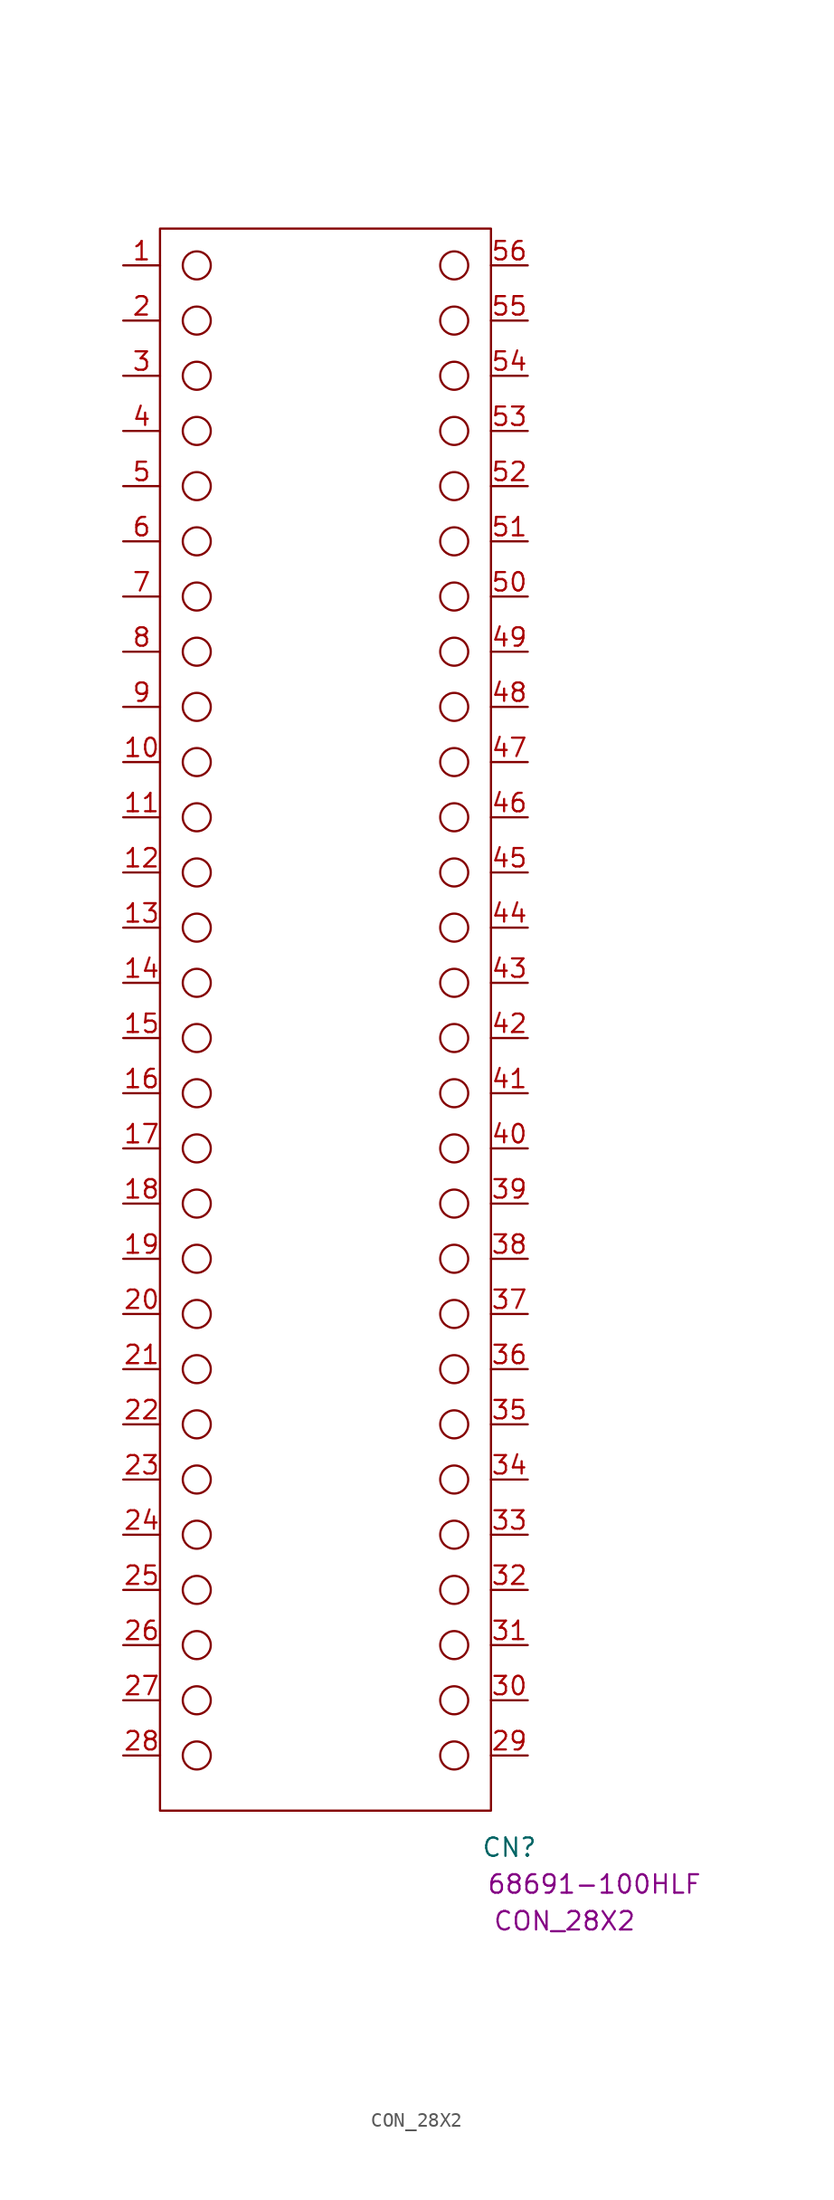
<source format=kicad_sym>
(kicad_symbol_lib
  (version 20241209)
  (generator "kicad_symbol_editor")
  (generator_version "9.0")
  (symbol "CON_28X2"
    (pin_names
      (hide yes))
    (property "Reference" "CN"
      (at -5.08 -10.16 0)
      (effects (font (size 1.27 1.27))))
    (property "Value" ""
      (at -31.75 73.66 0)
      (effects (font (size 1.27 1.27))))
    (property "Manufacturer PN" "68691-100HLF "
      (at 1.27 -12.7 0)
      (effects (font (size 1.27 1.27))))
    (property "PCB footprint" "CON_28X2"
      (at -1.27 -15.24 0)
      (effects (font (size 1.27 1.27))))
    (symbol "CON_28X2_0_0"
      (pin passive line (at -31.75 91.44 0) (length 2.54) (name "CDXRX" (effects (font (size 1.27 1.27)))) (number "3" (effects (font (size 1.27 1.27)))))
      (pin passive line (at -31.75 87.63 0) (length 2.54) (name "CDXTX" (effects (font (size 1.27 1.27)))) (number "4" (effects (font (size 1.27 1.27)))))
      (pin passive line (at -31.75 83.82 0) (length 2.54) (name "DBG1" (effects (font (size 1.27 1.27)))) (number "5" (effects (font (size 1.27 1.27)))))
      (pin passive line (at -31.75 80.01 0) (length 2.54) (name "DBG2" (effects (font (size 1.27 1.27)))) (number "6" (effects (font (size 1.27 1.27)))))
      (pin passive line (at -31.75 72.39 0) (length 2.54) (name "RC3/RB3" (effects (font (size 1.27 1.27)))) (number "8" (effects (font (size 1.27 1.27)))))
      (pin passive line (at -31.75 68.58 0) (length 2.54) (name "RB2/RC8" (effects (font (size 1.27 1.27)))) (number "9" (effects (font (size 1.27 1.27)))))
      (pin passive line (at -31.75 64.77 0) (length 2.54) (name "RB1/RC9" (effects (font (size 1.27 1.27)))) (number "10" (effects (font (size 1.27 1.27)))))
      (pin passive line (at -31.75 60.96 0) (length 2.54) (name "RC4/RC0" (effects (font (size 1.27 1.27)))) (number "11" (effects (font (size 1.27 1.27)))))
      (pin passive line (at -31.75 57.15 0) (length 2.54) (name "RC5/RC1" (effects (font (size 1.27 1.27)))) (number "12" (effects (font (size 1.27 1.27)))))
      (pin passive line (at -31.75 53.34 0) (length 2.54) (name "RC6/RC2" (effects (font (size 1.27 1.27)))) (number "13" (effects (font (size 1.27 1.27)))))
      (pin passive line (at -31.75 49.53 0) (length 2.54) (name "RD4/RC3" (effects (font (size 1.27 1.27)))) (number "14" (effects (font (size 1.27 1.27)))))
      (pin passive line (at -31.75 45.72 0) (length 2.54) (name "GND" (effects (font (size 1.27 1.27)))) (number "15" (effects (font (size 1.27 1.27)))))
      (pin passive line (at -31.75 41.91 0) (length 2.54) (name "RA3/RC4" (effects (font (size 1.27 1.27)))) (number "16" (effects (font (size 1.27 1.27)))))
      (pin passive line (at -31.75 38.1 0) (length 2.54) (name "RA4/RC5" (effects (font (size 1.27 1.27)))) (number "17" (effects (font (size 1.27 1.27)))))
      (pin passive line (at -31.75 34.29 0) (length 2.54) (name "RE2/RC6" (effects (font (size 1.27 1.27)))) (number "18" (effects (font (size 1.27 1.27)))))
      (pin passive line (at -31.75 30.48 0) (length 2.54) (name "RC7" (effects (font (size 1.27 1.27)))) (number "19" (effects (font (size 1.27 1.27)))))
      (pin passive line (at -31.75 26.67 0) (length 2.54) (name "RD0/RC10" (effects (font (size 1.27 1.27)))) (number "20" (effects (font (size 1.27 1.27)))))
      (pin passive line (at -31.75 22.86 0) (length 2.54) (name "RD1/RC11" (effects (font (size 1.27 1.27)))) (number "21" (effects (font (size 1.27 1.27)))))
      (pin passive line (at -31.75 19.05 0) (length 2.54) (name "RD2/RC12" (effects (font (size 1.27 1.27)))) (number "22" (effects (font (size 1.27 1.27)))))
      (pin passive line (at -31.75 15.24 0) (length 2.54) (name "RD3/RC13" (effects (font (size 1.27 1.27)))) (number "23" (effects (font (size 1.27 1.27)))))
      (pin passive line (at -31.75 11.43 0) (length 2.54) (name "GND" (effects (font (size 1.27 1.27)))) (number "24" (effects (font (size 1.27 1.27)))))
      (pin passive line (at -31.75 7.62 0) (length 2.54) (name "RF0/RB1" (effects (font (size 1.27 1.27)))) (number "25" (effects (font (size 1.27 1.27)))))
      (pin passive line (at -31.75 3.81 0) (length 2.54) (name "RF1/RB0" (effects (font (size 1.27 1.27)))) (number "26" (effects (font (size 1.27 1.27)))))
      (pin passive line (at -31.75 0 0) (length 2.54) (name "RF2/RD10" (effects (font (size 1.27 1.27)))) (number "27" (effects (font (size 1.27 1.27)))))
      (pin passive line (at -31.75 -3.81 0) (length 2.54) (name "RF3/RD13" (effects (font (size 1.27 1.27)))) (number "28" (effects (font (size 1.27 1.27)))))
      (pin passive line (at -3.81 99.06 180) (length 2.54) (name "VBUS" (effects (font (size 1.27 1.27)))) (number "56" (effects (font (size 1.27 1.27)))))
      (pin passive line (at -3.81 95.25 180) (length 2.54) (name "VOFF" (effects (font (size 1.27 1.27)))) (number "55" (effects (font (size 1.27 1.27)))))
      (pin passive line (at -3.81 91.44 180) (length 2.54) (name "DBG3" (effects (font (size 1.27 1.27)))) (number "54" (effects (font (size 1.27 1.27)))))
      (pin passive line (at -3.81 87.63 180) (length 2.54) (name "DBG0" (effects (font (size 1.27 1.27)))) (number "53" (effects (font (size 1.27 1.27)))))
      (pin passive line (at -3.81 83.82 180) (length 2.54) (name "GND" (effects (font (size 1.27 1.27)))) (number "52" (effects (font (size 1.27 1.27)))))
      (pin passive line (at -3.81 80.01 180) (length 2.54) (name "VTG" (effects (font (size 1.27 1.27)))) (number "51" (effects (font (size 1.27 1.27)))))
      (pin passive line (at -3.81 76.2 180) (length 2.54) (name "RA7/RA0" (effects (font (size 1.27 1.27)))) (number "50" (effects (font (size 1.27 1.27)))))
      (pin passive line (at -3.81 72.39 180) (length 2.54) (name "RA6/RB2" (effects (font (size 1.27 1.27)))) (number "49" (effects (font (size 1.27 1.27)))))
      (pin passive line (at -3.81 68.58 180) (length 2.54) (name "RA5/RB7" (effects (font (size 1.27 1.27)))) (number "48" (effects (font (size 1.27 1.27)))))
      (pin passive line (at -3.81 64.77 180) (length 2.54) (name "RB3/RB8" (effects (font (size 1.27 1.27)))) (number "47" (effects (font (size 1.27 1.27)))))
      (pin passive line (at -3.81 60.96 180) (length 2.54) (name "RB0/RB9" (effects (font (size 1.27 1.27)))) (number "46" (effects (font (size 1.27 1.27)))))
      (pin passive line (at -3.81 57.15 180) (length 2.54) (name "RA2/RA4" (effects (font (size 1.27 1.27)))) (number "45" (effects (font (size 1.27 1.27)))))
      (pin passive line (at -3.81 53.34 180) (length 2.54) (name "RA1/RA3" (effects (font (size 1.27 1.27)))) (number "44" (effects (font (size 1.27 1.27)))))
      (pin passive line (at -3.81 49.53 180) (length 2.54) (name "RA0/RA2" (effects (font (size 1.27 1.27)))) (number "43" (effects (font (size 1.27 1.27)))))
      (pin passive line (at -3.81 45.72 180) (length 2.54) (name "GND" (effects (font (size 1.27 1.27)))) (number "42" (effects (font (size 1.27 1.27)))))
      (pin passive line (at -3.81 41.91 180) (length 2.54) (name "RD7/RB18" (effects (font (size 1.27 1.27)))) (number "41" (effects (font (size 1.27 1.27)))))
      (pin passive line (at -3.81 38.1 180) (length 2.54) (name "RD6/RB14" (effects (font (size 1.27 1.27)))) (number "40" (effects (font (size 1.27 1.27)))))
      (pin passive line (at -3.81 34.29 180) (length 2.54) (name "RD5/RB13" (effects (font (size 1.27 1.27)))) (number "39" (effects (font (size 1.27 1.27)))))
      (pin passive line (at -3.81 30.48 180) (length 2.54) (name "RB5/RB12" (effects (font (size 1.27 1.27)))) (number "38" (effects (font (size 1.27 1.27)))))
      (pin passive line (at -3.81 26.67 180) (length 2.54) (name "RF7/RB11" (effects (font (size 1.27 1.27)))) (number "37" (effects (font (size 1.27 1.27)))))
      (pin passive line (at -3.81 22.86 180) (length 2.54) (name "RF6/RB10" (effects (font (size 1.27 1.27)))) (number "36" (effects (font (size 1.27 1.27)))))
      (pin passive line (at -3.81 19.05 180) (length 2.54) (name "RF5/RD8" (effects (font (size 1.27 1.27)))) (number "35" (effects (font (size 1.27 1.27)))))
      (pin passive line (at -3.81 15.24 180) (length 2.54) (name "RF4/RD1" (effects (font (size 1.27 1.27)))) (number "34" (effects (font (size 1.27 1.27)))))
      (pin passive line (at -3.81 11.43 180) (length 2.54) (name "GND" (effects (font (size 1.27 1.27)))) (number "33" (effects (font (size 1.27 1.27)))))
      (pin passive line (at -3.81 7.62 180) (length 2.54) (name "RE1/RA1" (effects (font (size 1.27 1.27)))) (number "32" (effects (font (size 1.27 1.27)))))
      (pin passive line (at -3.81 3.81 180) (length 2.54) (name "RE0/NC" (effects (font (size 1.27 1.27)))) (number "31" (effects (font (size 1.27 1.27)))))
      (pin passive line (at -3.81 0 180) (length 2.54) (name "RC1/NC" (effects (font (size 1.27 1.27)))) (number "30" (effects (font (size 1.27 1.27)))))
      (pin passive line (at -3.81 -3.81 180) (length 2.54) (name "RC0/NC" (effects (font (size 1.27 1.27)))) (number "29" (effects (font (size 1.27 1.27))))))
    (symbol "CON_28X2_0_1"
      (rectangle (start -29.21 101.6) (end -6.35 -7.62) (stroke (width 0) (type default)) (fill (type none)))
      (circle (center -26.67 99.06) (radius 0.967) (stroke (width 0) (type default)) (fill (type none)))
      (circle (center -26.67 95.25) (radius 0.967) (stroke (width 0) (type default)) (fill (type none)))
      (circle (center -26.67 91.44) (radius 0.967) (stroke (width 0) (type default)) (fill (type none)))
      (circle (center -26.67 87.63) (radius 0.967) (stroke (width 0) (type default)) (fill (type none)))
      (circle (center -26.67 83.82) (radius 0.967) (stroke (width 0) (type default)) (fill (type none)))
      (circle (center -26.67 80.01) (radius 0.967) (stroke (width 0) (type default)) (fill (type none)))
      (circle (center -26.67 76.2) (radius 0.967) (stroke (width 0) (type default)) (fill (type none)))
      (circle (center -26.67 72.39) (radius 0.967) (stroke (width 0) (type default)) (fill (type none)))
      (circle (center -26.67 68.58) (radius 0.967) (stroke (width 0) (type default)) (fill (type none)))
      (circle (center -26.67 64.77) (radius 0.967) (stroke (width 0) (type default)) (fill (type none)))
      (circle (center -26.67 60.96) (radius 0.967) (stroke (width 0) (type default)) (fill (type none)))
      (circle (center -26.67 57.15) (radius 0.967) (stroke (width 0) (type default)) (fill (type none)))
      (circle (center -26.67 53.34) (radius 0.967) (stroke (width 0) (type default)) (fill (type none)))
      (circle (center -26.67 49.53) (radius 0.967) (stroke (width 0) (type default)) (fill (type none)))
      (circle (center -26.67 45.72) (radius 0.967) (stroke (width 0) (type default)) (fill (type none)))
      (circle (center -26.67 41.91) (radius 0.967) (stroke (width 0) (type default)) (fill (type none)))
      (circle (center -26.67 38.1) (radius 0.967) (stroke (width 0) (type default)) (fill (type none)))
      (circle (center -26.67 34.29) (radius 0.967) (stroke (width 0) (type default)) (fill (type none)))
      (circle (center -26.67 30.48) (radius 0.967) (stroke (width 0) (type default)) (fill (type none)))
      (circle (center -26.67 26.67) (radius 0.967) (stroke (width 0) (type default)) (fill (type none)))
      (circle (center -26.67 22.86) (radius 0.967) (stroke (width 0) (type default)) (fill (type none)))
      (circle (center -26.67 19.05) (radius 0.967) (stroke (width 0) (type default)) (fill (type none)))
      (circle (center -26.67 15.24) (radius 0.967) (stroke (width 0) (type default)) (fill (type none)))
      (circle (center -26.67 11.43) (radius 0.967) (stroke (width 0) (type default)) (fill (type none)))
      (circle (center -26.67 7.62) (radius 0.967) (stroke (width 0) (type default)) (fill (type none)))
      (circle (center -26.67 3.81) (radius 0.967) (stroke (width 0) (type default)) (fill (type none)))
      (circle (center -26.67 0) (radius 0.967) (stroke (width 0) (type default)) (fill (type none)))
      (circle (center -26.67 -3.81) (radius 0.967) (stroke (width 0) (type default)) (fill (type none)))
      (circle (center -8.89 99.06) (radius 0.967) (stroke (width 0) (type default)) (fill (type none)))
      (circle (center -8.89 95.25) (radius 0.967) (stroke (width 0) (type default)) (fill (type none)))
      (circle (center -8.89 91.44) (radius 0.967) (stroke (width 0) (type default)) (fill (type none)))
      (circle (center -8.89 87.63) (radius 0.967) (stroke (width 0) (type default)) (fill (type none)))
      (circle (center -8.89 83.82) (radius 0.967) (stroke (width 0) (type default)) (fill (type none)))
      (circle (center -8.89 80.01) (radius 0.967) (stroke (width 0) (type default)) (fill (type none)))
      (circle (center -8.89 76.2) (radius 0.967) (stroke (width 0) (type default)) (fill (type none)))
      (circle (center -8.89 72.39) (radius 0.967) (stroke (width 0) (type default)) (fill (type none)))
      (circle (center -8.89 68.58) (radius 0.967) (stroke (width 0) (type default)) (fill (type none)))
      (circle (center -8.89 64.77) (radius 0.967) (stroke (width 0) (type default)) (fill (type none)))
      (circle (center -8.89 60.96) (radius 0.967) (stroke (width 0) (type default)) (fill (type none)))
      (circle (center -8.89 57.15) (radius 0.967) (stroke (width 0) (type default)) (fill (type none)))
      (circle (center -8.89 53.34) (radius 0.967) (stroke (width 0) (type default)) (fill (type none)))
      (circle (center -8.89 49.53) (radius 0.967) (stroke (width 0) (type default)) (fill (type none)))
      (circle (center -8.89 45.72) (radius 0.967) (stroke (width 0) (type default)) (fill (type none)))
      (circle (center -8.89 41.91) (radius 0.967) (stroke (width 0) (type default)) (fill (type none)))
      (circle (center -8.89 38.1) (radius 0.967) (stroke (width 0) (type default)) (fill (type none)))
      (circle (center -8.89 34.29) (radius 0.967) (stroke (width 0) (type default)) (fill (type none)))
      (circle (center -8.89 30.48) (radius 0.967) (stroke (width 0) (type default)) (fill (type none)))
      (circle (center -8.89 26.67) (radius 0.967) (stroke (width 0) (type default)) (fill (type none)))
      (circle (center -8.89 22.86) (radius 0.967) (stroke (width 0) (type default)) (fill (type none)))
      (circle (center -8.89 19.05) (radius 0.967) (stroke (width 0) (type default)) (fill (type none)))
      (circle (center -8.89 15.24) (radius 0.967) (stroke (width 0) (type default)) (fill (type none)))
      (circle (center -8.89 11.43) (radius 0.967) (stroke (width 0) (type default)) (fill (type none)))
      (circle (center -8.89 7.62) (radius 0.967) (stroke (width 0) (type default)) (fill (type none)))
      (circle (center -8.89 3.81) (radius 0.967) (stroke (width 0) (type default)) (fill (type none)))
      (circle (center -8.89 0) (radius 0.967) (stroke (width 0) (type default)) (fill (type none)))
      (circle (center -8.89 -3.81) (radius 0.967) (stroke (width 0) (type default)) (fill (type none))))
    (symbol "CON_28X2_1_0"
      (pin passive line (at -31.75 95.25 0) (length 2.54) (name "ID" (effects (font (size 1.27 1.27)))) (number "2" (effects (font (size 1.27 1.27)))))
      (pin passive line (at -31.75 76.2 0) (length 2.54) (name "RC2/RB4" (effects (font (size 1.27 1.27)))) (number "7" (effects (font (size 1.27 1.27))))))
    (symbol "CON_28X2_1_1"
      (pin passive line (at -31.75 99.06 0) (length 2.54) (name "NC" (effects (font (size 1.27 1.27)))) (number "1" (effects (font (size 1.27 1.27))))))))
</source>
